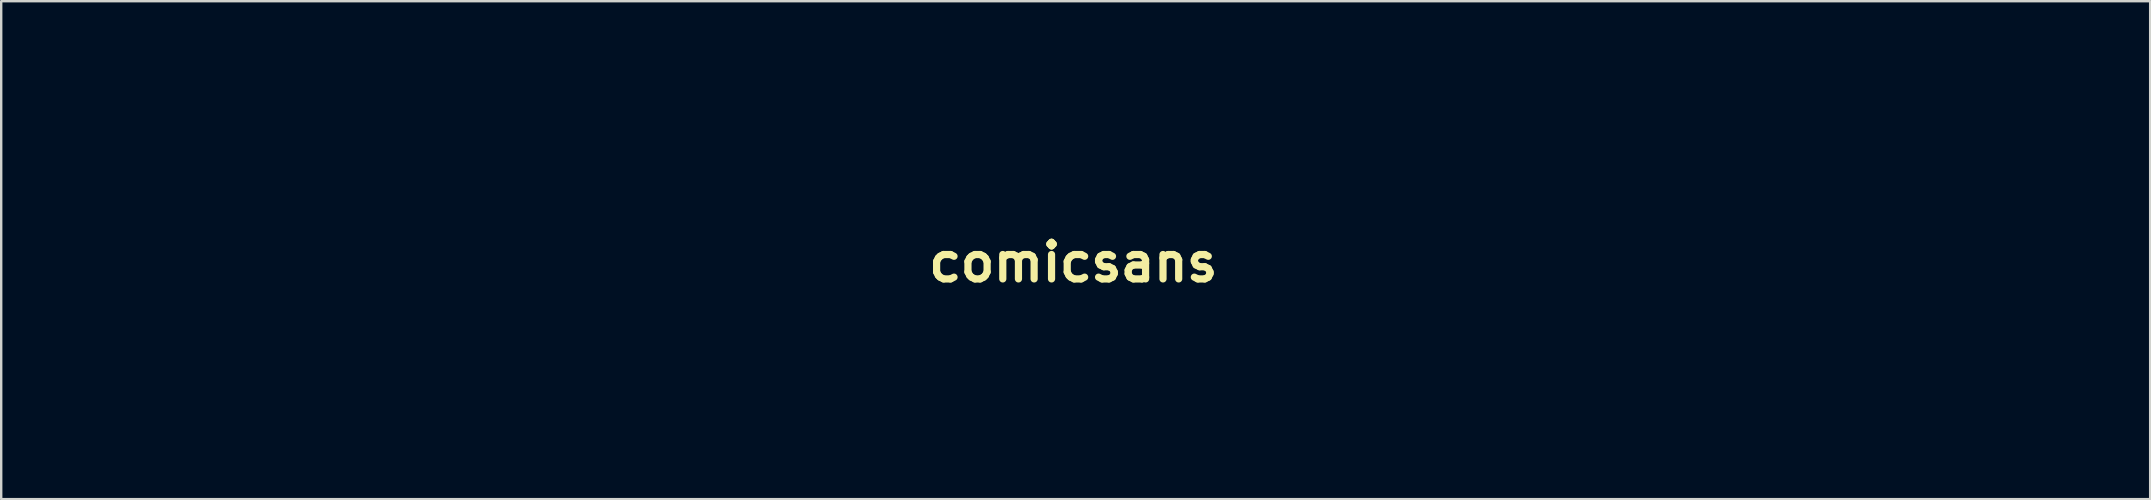
<source format=kicad_pcb>
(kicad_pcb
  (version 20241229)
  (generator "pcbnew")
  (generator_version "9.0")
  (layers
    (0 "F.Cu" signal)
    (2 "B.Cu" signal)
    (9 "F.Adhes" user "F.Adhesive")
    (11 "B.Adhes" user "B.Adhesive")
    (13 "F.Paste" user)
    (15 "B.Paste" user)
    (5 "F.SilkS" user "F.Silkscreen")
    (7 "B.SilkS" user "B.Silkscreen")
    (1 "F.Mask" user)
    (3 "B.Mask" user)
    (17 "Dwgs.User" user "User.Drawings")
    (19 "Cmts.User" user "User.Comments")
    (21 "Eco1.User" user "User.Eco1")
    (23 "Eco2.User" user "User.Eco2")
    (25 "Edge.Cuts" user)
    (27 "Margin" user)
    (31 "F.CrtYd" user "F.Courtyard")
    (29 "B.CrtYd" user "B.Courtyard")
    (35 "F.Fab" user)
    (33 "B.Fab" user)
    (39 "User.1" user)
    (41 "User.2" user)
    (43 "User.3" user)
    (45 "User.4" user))
  (footprint "comicsans"
    (layer "F.Cu")
    (at 41.677 7.883)
    (property "Reference" "comicsans" (at 0 0 0) (layer "F.SilkS") (effects (font (size 1.524 1.524) (thickness 0.3))))
    (attr through_hole)
    (fp_poly (pts (xy -19.855 -3.913) (xy -19.794 -3.892) (xy -18.988 -3.446) (xy -18.653 -2.933) (xy -18.842 -2.59) (xy -19.52 -2.534) (xy -20.24 -2.626) (xy -21.274 -2.741) (xy -21.843 -2.532) (xy -22.263 -1.825) (xy -22.444 -1.401) (xy -22.893 0.035) (xy -22.794 1.02) (xy -22.123 1.703) (xy -21.892 1.829) (xy -20.817 2.086) (xy -19.827 1.856) (xy -18.847 1.634) (xy -18.349 1.81) (xy -18.452 2.311) (xy -18.682 2.58) (xy -19.724 3.176) (xy -21.051 3.402) (xy -22.25 3.198) (xy -22.423 3.109) (xy -23.664 2.024) (xy -24.167 0.671) (xy -23.938 -0.971) (xy -23.514 -1.979) (xy -22.508 -3.369) (xy -21.276 -4.021) (xy -19.855 -3.913)) (stroke (width 0.01) (type solid)) (fill no) (layer "Eco2.User"))
    (fp_poly (pts (xy 20.211 -3.862) (xy 20.406 -3.625) (xy 20.333 -3.151) (xy 19.976 -2.113) (xy 19.394 -0.664) (xy 18.647 1.038) (xy 17.877 2.758) (xy 17.248 4.233) (xy 16.824 5.303) (xy 16.672 5.805) (xy 16.426 6.43) (xy 15.897 6.85) (xy 15.388 6.861) (xy 15.281 6.749) (xy 15.255 6.157) (xy 15.479 5.108) (xy 15.725 4.339) (xy 16.436 2.361) (xy 14.976 -0.589) (xy 14.32 -2.031) (xy 13.931 -3.128) (xy 13.863 -3.724) (xy 13.902 -3.777) (xy 14.416 -3.871) (xy 14.966 -3.444) (xy 15.641 -2.405) (xy 16.088 -1.559) (xy 16.658 -0.486) (xy 17.087 0.224) (xy 17.242 0.397) (xy 17.478 0.067) (xy 17.93 -0.791) (xy 18.404 -1.786) (xy 19.14 -3.203) (xy 19.73 -3.883) (xy 20.211 -3.862)) (stroke (width 0.01) (type solid)) (fill no) (layer "Eco2.User"))
    (fp_poly (pts (xy 33.779 -7.201) (xy 33.784 -6.473) (xy 33.473 -5.261) (xy 33.212 -4.541) (xy 32.577 -2.913) (xy 31.831 -0.982) (xy 31.189 0.695) (xy 30.578 2.122) (xy 30.013 3.132) (xy 29.585 3.566) (xy 29.546 3.572) (xy 29.159 3.196) (xy 28.637 2.115) (xy 28.012 0.401) (xy 27.787 -0.298) (xy 27.01 -2.877) (xy 26.513 -4.783) (xy 26.284 -6.085) (xy 26.314 -6.847) (xy 26.591 -7.137) (xy 26.67 -7.144) (xy 27.066 -6.795) (xy 27.553 -5.731) (xy 28.143 -3.92) (xy 28.366 -3.144) (xy 28.92 -1.302) (xy 29.369 -0.111) (xy 29.691 0.378) (xy 29.802 0.338) (xy 30.082 -0.265) (xy 30.535 -1.397) (xy 31.073 -2.835) (xy 31.192 -3.165) (xy 31.778 -4.678) (xy 32.353 -5.962) (xy 32.808 -6.776) (xy 32.87 -6.855) (xy 33.47 -7.357) (xy 33.779 -7.201)) (stroke (width 0.01) (type solid)) (fill no) (layer "Eco2.User"))
    (fp_poly (pts (xy -26.862 -3.881) (xy -26.184 -3.507) (xy -25.873 -2.681) (xy -25.797 -1.239) (xy -25.797 -1.174) (xy -25.731 0.289) (xy -25.563 1.57) (xy -25.415 2.143) (xy -25.271 3.044) (xy -25.582 3.479) (xy -26.22 3.308) (xy -26.361 3.201) (xy -27.229 2.967) (xy -27.832 3.101) (xy -28.976 3.273) (xy -29.762 3.192) (xy -30.845 2.552) (xy -31.503 1.408) (xy -31.672 0.042) (xy -30.163 0.042) (xy -29.927 1.35) (xy -29.26 2.045) (xy -28.226 2.069) (xy -28.003 1.997) (xy -27.521 1.69) (xy -27.262 1.082) (xy -27.152 -0.039) (xy -27.138 -0.541) (xy -27.14 -1.818) (xy -27.262 -2.49) (xy -27.566 -2.746) (xy -27.9 -2.778) (xy -29.065 -2.427) (xy -29.856 -1.465) (xy -30.162 -0.03) (xy -30.163 0.042) (xy -31.672 0.042) (xy -31.683 -0.042) (xy -31.332 -1.6) (xy -31.151 -1.992) (xy -30.115 -3.303) (xy -28.709 -3.915) (xy -28.038 -3.969) (xy -26.862 -3.881)) (stroke (width 0.01) (type solid)) (fill no) (layer "Eco2.User"))
    (fp_poly (pts (xy 11.73 -3.838) (xy 12.444 -3.377) (xy 12.738 -2.43) (xy 12.749 -1.113) (xy 12.766 0.316) (xy 12.92 1.579) (xy 13.047 2.052) (xy 13.274 3.02) (xy 12.998 3.384) (xy 12.277 3.161) (xy 11.291 2.983) (xy 10.642 3.11) (xy 9.52 3.275) (xy 8.731 3.192) (xy 7.636 2.585) (xy 7.028 1.558) (xy 6.867 0.281) (xy 6.929 -0.066) (xy 8.323 -0.066) (xy 8.453 1.078) (xy 8.918 1.875) (xy 9.029 1.953) (xy 9.675 2.298) (xy 10.124 2.282) (xy 10.742 1.97) (xy 11.208 1.552) (xy 11.442 0.796) (xy 11.509 -0.516) (xy 11.509 -0.609) (xy 11.478 -1.86) (xy 11.333 -2.51) (xy 10.999 -2.75) (xy 10.648 -2.778) (xy 9.673 -2.517) (xy 9.06 -2.121) (xy 8.527 -1.239) (xy 8.323 -0.066) (xy 6.929 -0.066) (xy 7.109 -1.074) (xy 7.714 -2.336) (xy 8.639 -3.334) (xy 9.844 -3.897) (xy 10.476 -3.963) (xy 11.73 -3.838)) (stroke (width 0.01) (type solid)) (fill no) (layer "Eco2.User"))
    (fp_poly (pts (xy -15.663 -7.839) (xy -15.505 -7.755) (xy -15.297 -7.246) (xy -15.149 -6.123) (xy -15.083 -4.564) (xy -15.081 -4.26) (xy -15.081 -1.025) (xy -13.38 -2.695) (xy -12.121 -3.81) (xy -11.243 -4.319) (xy -10.781 -4.209) (xy -10.716 -3.891) (xy -10.971 -3.316) (xy -11.6 -2.5) (xy -11.766 -2.321) (xy -12.816 -1.225) (xy -11.592 0.657) (xy -10.822 1.993) (xy -10.6 2.811) (xy -10.918 3.156) (xy -11.117 3.175) (xy -11.52 2.873) (xy -12.183 2.096) (xy -12.714 1.368) (xy -13.481 0.339) (xy -14.004 -0.097) (xy -14.421 -0.045) (xy -14.519 0.028) (xy -15.009 0.798) (xy -15.081 1.207) (xy -15.275 2.395) (xy -15.791 3.078) (xy -16.148 3.175) (xy -16.379 3.075) (xy -16.524 2.699) (xy -16.588 1.929) (xy -16.579 0.649) (xy -16.503 -1.256) (xy -16.452 -2.282) (xy -16.342 -4.274) (xy -16.233 -5.96) (xy -16.138 -7.194) (xy -16.065 -7.827) (xy -16.05 -7.878) (xy -15.663 -7.839)) (stroke (width 0.01) (type solid)) (fill no) (layer "Eco2.User"))
    (fp_poly (pts (xy -5.033 -3.881) (xy -4.356 -3.507) (xy -4.045 -2.681) (xy -3.969 -1.239) (xy -3.969 -1.174) (xy -3.905 0.282) (xy -3.742 1.551) (xy -3.597 2.116) (xy -3.391 3.048) (xy -3.693 3.385) (xy -4.392 3.161) (xy -5.378 2.983) (xy -6.026 3.11) (xy -7.15 3.275) (xy -7.934 3.192) (xy -9.017 2.552) (xy -9.674 1.408) (xy -9.854 -0.042) (xy -9.849 -0.066) (xy -8.345 -0.066) (xy -8.216 1.078) (xy -7.751 1.875) (xy -7.64 1.953) (xy -6.993 2.298) (xy -6.545 2.282) (xy -5.927 1.97) (xy -5.461 1.552) (xy -5.227 0.796) (xy -5.16 -0.516) (xy -5.159 -0.609) (xy -5.191 -1.86) (xy -5.336 -2.51) (xy -5.67 -2.75) (xy -6.021 -2.778) (xy -6.996 -2.517) (xy -7.609 -2.121) (xy -8.142 -1.239) (xy -8.345 -0.066) (xy -9.849 -0.066) (xy -9.504 -1.6) (xy -9.322 -1.992) (xy -8.286 -3.303) (xy -6.881 -3.915) (xy -6.21 -3.969) (xy -5.033 -3.881)) (stroke (width 0.01) (type solid)) (fill no) (layer "Eco2.User"))
    (fp_poly (pts (xy 40.989 -7.341) (xy 41.423 -7.155) (xy 41.592 -6.648) (xy 41.061 -6.253) (xy 39.919 -6.013) (xy 38.837 -5.959) (xy 37.527 -5.85) (xy 36.859 -5.507) (xy 36.753 -5.325) (xy 36.556 -4.61) (xy 36.772 -4.265) (xy 37.54 -4.201) (xy 38.398 -4.266) (xy 40.023 -4.206) (xy 41.104 -3.617) (xy 41.7 -2.442) (xy 41.87 -0.761) (xy 41.551 1.086) (xy 40.623 2.447) (xy 39.127 3.27) (xy 38.446 3.426) (xy 37.298 3.459) (xy 36.341 3.016) (xy 35.887 2.654) (xy 35.213 1.897) (xy 35.064 1.36) (xy 35.408 1.197) (xy 36.128 1.503) (xy 37.374 1.932) (xy 38.695 1.871) (xy 39.743 1.342) (xy 39.824 1.259) (xy 40.289 0.324) (xy 40.465 -0.905) (xy 40.336 -2.066) (xy 40.005 -2.699) (xy 39.058 -3.147) (xy 37.932 -2.938) (xy 36.914 -2.188) (xy 36.123 -1.532) (xy 35.597 -1.558) (xy 35.318 -2.289) (xy 35.273 -3.751) (xy 35.322 -4.629) (xy 35.52 -7.342) (xy 38.251 -7.469) (xy 39.857 -7.476) (xy 40.989 -7.341)) (stroke (width 0.01) (type solid)) (fill no) (layer "Eco2.User"))
    (fp_poly (pts (xy 5.837 -3.785) (xy 5.896 -3.118) (xy 5.813 -2.48) (xy 5.443 -0.713) (xy 4.948 0.948) (xy 4.399 2.321) (xy 3.864 3.226) (xy 3.519 3.488) (xy 2.962 3.234) (xy 2.454 2.41) (xy 2.095 1.238) (xy 1.984 0.139) (xy 1.882 -0.64) (xy 1.591 -0.672) (xy 1.134 0.023) (xy 0.595 1.267) (xy -0.048 2.695) (xy -0.592 3.356) (xy -1.068 3.266) (xy -1.507 2.44) (xy -1.535 2.36) (xy -1.811 1.285) (xy -2.076 -0.21) (xy -2.231 -1.428) (xy -2.345 -2.826) (xy -2.311 -3.604) (xy -2.107 -3.926) (xy -1.887 -3.969) (xy -1.51 -3.731) (xy -1.213 -2.943) (xy -0.955 -1.488) (xy -0.928 -1.29) (xy -0.573 1.389) (xy 0.341 -1.29) (xy 0.874 -2.647) (xy 1.385 -3.599) (xy 1.778 -3.969) (xy 1.785 -3.969) (xy 2.143 -3.612) (xy 2.527 -2.694) (xy 2.872 -1.44) (xy 3.113 -0.077) (xy 3.187 0.913) (xy 3.277 1.441) (xy 3.498 1.273) (xy 3.813 0.489) (xy 4.185 -0.834) (xy 4.385 -1.687) (xy 4.816 -3.184) (xy 5.276 -3.902) (xy 5.472 -3.969) (xy 5.837 -3.785)) (stroke (width 0.01) (type solid)) (fill no) (layer "Eco2.User"))
    (fp_poly (pts (xy -33.234 -7.327) (xy -33.096 -6.76) (xy -33.019 -5.65) (xy -32.995 -3.905) (xy -33.005 -2.198) (xy -33.04 -0.015) (xy -33.097 1.49) (xy -33.192 2.433) (xy -33.339 2.929) (xy -33.554 3.095) (xy -33.698 3.089) (xy -34.092 2.79) (xy -34.33 1.981) (xy -34.449 0.67) (xy -34.551 -0.627) (xy -34.724 -1.288) (xy -35.027 -1.474) (xy -35.243 -1.438) (xy -36.017 -1.279) (xy -37.233 -1.087) (xy -37.957 -0.99) (xy -39.17 -0.795) (xy -39.818 -0.511) (xy -40.126 0.007) (xy -40.239 0.478) (xy -40.419 1.689) (xy -40.481 2.629) (xy -40.697 3.39) (xy -41.077 3.572) (xy -41.344 3.446) (xy -41.52 2.986) (xy -41.621 2.064) (xy -41.666 0.554) (xy -41.672 -0.744) (xy -41.649 -2.657) (xy -41.587 -4.398) (xy -41.496 -5.737) (xy -41.421 -6.316) (xy -41.129 -7.239) (xy -40.81 -7.436) (xy -40.509 -6.969) (xy -40.275 -5.9) (xy -40.165 -4.632) (xy -40.097 -3.273) (xy -39.934 -2.468) (xy -39.516 -2.118) (xy -38.683 -2.126) (xy -37.276 -2.394) (xy -36.711 -2.512) (xy -34.33 -3.005) (xy -34.131 -5.143) (xy -33.934 -6.384) (xy -33.641 -7.225) (xy -33.439 -7.443) (xy -33.234 -7.327)) (stroke (width 0.01) (type solid)) (fill no) (layer "Eco2.User")))
  (gr_rect
    (start -3 -3)
    (end 86.552 17.749)
    (stroke (width 0.1) (type default))
    (fill no)
    (layer "Edge.Cuts")))
</source>
